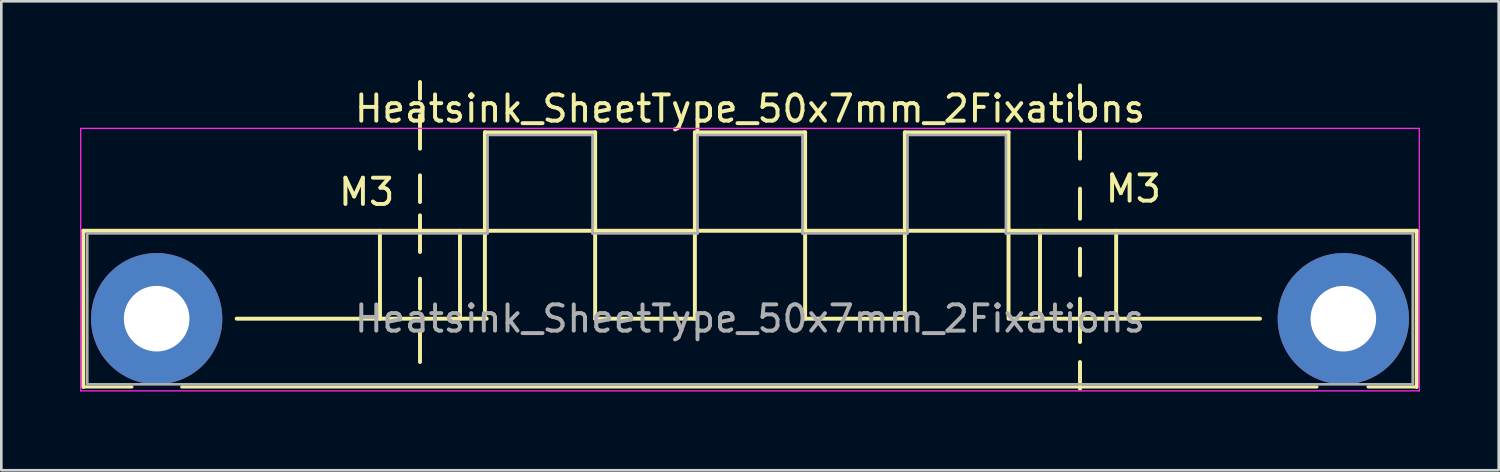
<source format=kicad_pcb>
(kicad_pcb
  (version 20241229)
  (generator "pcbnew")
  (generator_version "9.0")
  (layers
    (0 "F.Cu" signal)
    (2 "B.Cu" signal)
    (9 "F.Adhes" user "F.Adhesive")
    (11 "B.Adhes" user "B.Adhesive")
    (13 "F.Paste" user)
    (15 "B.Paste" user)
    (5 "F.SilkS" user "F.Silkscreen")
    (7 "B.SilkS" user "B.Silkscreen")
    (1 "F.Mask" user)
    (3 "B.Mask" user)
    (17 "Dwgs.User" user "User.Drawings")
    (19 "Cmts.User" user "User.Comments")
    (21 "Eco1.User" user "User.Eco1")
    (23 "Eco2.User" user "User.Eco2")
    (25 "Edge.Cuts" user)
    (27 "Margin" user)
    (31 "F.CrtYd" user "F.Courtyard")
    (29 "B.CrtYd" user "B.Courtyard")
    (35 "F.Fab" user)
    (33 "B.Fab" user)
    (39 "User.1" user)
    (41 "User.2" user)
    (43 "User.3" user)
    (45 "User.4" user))
  (footprint "Heatsink_SheetType_50x7mm_2Fixations"
    (layer "F.Cu")
    (at 25.525 9.092)
    (property "Reference" "Heatsink_SheetType_50x7mm_2Fixations" (at 0 -8 0) (layer "F.SilkS") (effects (font (size 1 1) (thickness 0.15))))
    (attr through_hole)
    (fp_line (start -25.4 -3.35) (end -25.4 2.6) (stroke (width 0.15) (type solid)) (layer "F.SilkS"))
    (fp_line (start -25.4 2.6) (end -23.55 2.6) (stroke (width 0.12) (type solid)) (layer "F.SilkS"))
    (fp_line (start -21.65 2.6) (end 21.6 2.6) (stroke (width 0.12) (type solid)) (layer "F.SilkS"))
    (fp_line (start -14.1 -3.35) (end -14.097 0) (stroke (width 0.15) (type solid)) (layer "F.SilkS"))
    (fp_line (start -12.573 -9.017) (end -12.573 -8.382) (stroke (width 0.15) (type solid)) (layer "F.SilkS"))
    (fp_line (start -12.573 -7.747) (end -12.573 -6.477) (stroke (width 0.15) (type solid)) (layer "F.SilkS"))
    (fp_line (start -12.573 -5.461) (end -12.573 -4.445) (stroke (width 0.15) (type solid)) (layer "F.SilkS"))
    (fp_line (start -12.573 -3.937) (end -12.573 -2.54) (stroke (width 0.15) (type solid)) (layer "F.SilkS"))
    (fp_line (start -12.573 -1.524) (end -12.573 -0.381) (stroke (width 0.15) (type solid)) (layer "F.SilkS"))
    (fp_line (start -12.573 0.508) (end -12.573 1.651) (stroke (width 0.15) (type solid)) (layer "F.SilkS"))
    (fp_line (start -11.05 -3.35) (end -11.049 0) (stroke (width 0.15) (type solid)) (layer "F.SilkS"))
    (fp_line (start -10.1 -7.1) (end -10.1 0) (stroke (width 0.15) (type solid)) (layer "F.SilkS"))
    (fp_line (start -10.033 0) (end -19.558 0) (stroke (width 0.15) (type solid)) (layer "F.SilkS"))
    (fp_line (start -5.9 -7.1) (end -10.1 -7.1) (stroke (width 0.15) (type solid)) (layer "F.SilkS"))
    (fp_line (start -5.9 -7.1) (end -5.9 0) (stroke (width 0.15) (type solid)) (layer "F.SilkS"))
    (fp_line (start -2.1 -7.1) (end -2.1 0) (stroke (width 0.15) (type solid)) (layer "F.SilkS"))
    (fp_line (start -2.1 0) (end -5.9 0) (stroke (width 0.15) (type solid)) (layer "F.SilkS"))
    (fp_line (start 2.1 -7.1) (end -2.1 -7.1) (stroke (width 0.15) (type solid)) (layer "F.SilkS"))
    (fp_line (start 2.1 -7.1) (end 2.1 0) (stroke (width 0.15) (type solid)) (layer "F.SilkS"))
    (fp_line (start 5.9 -7.1) (end 5.9 0) (stroke (width 0.15) (type solid)) (layer "F.SilkS"))
    (fp_line (start 5.9 0) (end 2.1 0) (stroke (width 0.15) (type solid)) (layer "F.SilkS"))
    (fp_line (start 9.85 -7.1) (end 5.9 -7.1) (stroke (width 0.15) (type solid)) (layer "F.SilkS"))
    (fp_line (start 9.85 -7.1) (end 9.85 0) (stroke (width 0.15) (type solid)) (layer "F.SilkS"))
    (fp_line (start 11.05 -3.35) (end 11.05 0) (stroke (width 0.15) (type solid)) (layer "F.SilkS"))
    (fp_line (start 12.573 -8.89) (end 12.573 -8.001) (stroke (width 0.15) (type solid)) (layer "F.SilkS"))
    (fp_line (start 12.573 -7.112) (end 12.573 -6.096) (stroke (width 0.15) (type solid)) (layer "F.SilkS"))
    (fp_line (start 12.573 -4.953) (end 12.573 -3.81) (stroke (width 0.15) (type solid)) (layer "F.SilkS"))
    (fp_line (start 12.573 -2.667) (end 12.573 -1.651) (stroke (width 0.15) (type solid)) (layer "F.SilkS"))
    (fp_line (start 12.573 -0.762) (end 12.573 0.889) (stroke (width 0.15) (type solid)) (layer "F.SilkS"))
    (fp_line (start 12.573 1.651) (end 12.573 2.667) (stroke (width 0.15) (type solid)) (layer "F.SilkS"))
    (fp_line (start 13.95 -3.35) (end 13.95 0) (stroke (width 0.15) (type solid)) (layer "F.SilkS"))
    (fp_line (start 13.97 0) (end 9.906 0) (stroke (width 0.15) (type solid)) (layer "F.SilkS"))
    (fp_line (start 13.97 0) (end 19.431 0) (stroke (width 0.15) (type solid)) (layer "F.SilkS"))
    (fp_line (start 25.4 -3.35) (end -25.4 -3.35) (stroke (width 0.15) (type solid)) (layer "F.SilkS"))
    (fp_line (start 25.4 2.6) (end 23.55 2.6) (stroke (width 0.12) (type solid)) (layer "F.SilkS"))
    (fp_line (start 25.4 2.6) (end 25.4 -3.35) (stroke (width 0.15) (type solid)) (layer "F.SilkS"))
    (fp_line (start -25.5 -7.25) (end -25.5 2.75) (stroke (width 0.05) (type solid)) (layer "F.CrtYd"))
    (fp_line (start -25.5 -7.25) (end 25.5 -7.25) (stroke (width 0.05) (type solid)) (layer "F.CrtYd"))
    (fp_line (start 25.5 2.75) (end -25.5 2.75) (stroke (width 0.05) (type solid)) (layer "F.CrtYd"))
    (fp_line (start 25.5 2.75) (end 25.5 -7.25) (stroke (width 0.05) (type solid)) (layer "F.CrtYd"))
    (fp_line (start -25.25 -3.25) (end -25.25 2.5) (stroke (width 0.1) (type solid)) (layer "F.Fab"))
    (fp_line (start -25.25 2.5) (end 25.25 2.5) (stroke (width 0.1) (type solid)) (layer "F.Fab"))
    (fp_line (start -10 -7) (end -10 -3.25) (stroke (width 0.1) (type solid)) (layer "F.Fab"))
    (fp_line (start -10 -3.25) (end -25.25 -3.25) (stroke (width 0.1) (type solid)) (layer "F.Fab"))
    (fp_line (start -6 -7) (end -10 -7) (stroke (width 0.1) (type solid)) (layer "F.Fab"))
    (fp_line (start -6 -3.25) (end -6 -7) (stroke (width 0.1) (type solid)) (layer "F.Fab"))
    (fp_line (start -2 -7) (end -2 -3.25) (stroke (width 0.1) (type solid)) (layer "F.Fab"))
    (fp_line (start -2 -3.25) (end -6 -3.25) (stroke (width 0.1) (type solid)) (layer "F.Fab"))
    (fp_line (start 2 -7) (end -2 -7) (stroke (width 0.1) (type solid)) (layer "F.Fab"))
    (fp_line (start 2 -6.75) (end 2 -7) (stroke (width 0.1) (type solid)) (layer "F.Fab"))
    (fp_line (start 2 -3.25) (end 2 -6.75) (stroke (width 0.1) (type solid)) (layer "F.Fab"))
    (fp_line (start 6 -7) (end 6 -3.25) (stroke (width 0.1) (type solid)) (layer "F.Fab"))
    (fp_line (start 6 -3.25) (end 2 -3.25) (stroke (width 0.1) (type solid)) (layer "F.Fab"))
    (fp_line (start 9.75 -7) (end 6 -7) (stroke (width 0.1) (type solid)) (layer "F.Fab"))
    (fp_line (start 9.75 -3.25) (end 9.75 -7) (stroke (width 0.1) (type solid)) (layer "F.Fab"))
    (fp_line (start 25.25 -3.25) (end 9.75 -3.25) (stroke (width 0.1) (type solid)) (layer "F.Fab"))
    (fp_line (start 25.25 2.5) (end 25.25 -3.25) (stroke (width 0.1) (type solid)) (layer "F.Fab"))
    (fp_text user "M3" (at 14.605 -4.953 0) (layer "F.SilkS") (effects (font (size 1 1) (thickness 0.15))))
    (fp_text user "M3" (at -14.605 -4.826 0) (layer "F.SilkS") (effects (font (size 1 1) (thickness 0.15))))
    (fp_text user "${REFERENCE}" (at 0 0 0) (layer "F.Fab") (effects (font (size 1 1) (thickness 0.15))))
    (pad "1" thru_hole circle (at -22.606 0) (size 5.001 5.001) (drill 2.499) (layers "*.Cu" "*.Mask"))
    (pad "1" thru_hole circle (at 22.606 0) (size 5.001 5.001) (drill 2.499) (layers "*.Cu" "*.Mask")))
  (gr_rect
    (start -3 -3)
    (end 54.05 14.867)
    (stroke (width 0.1) (type default))
    (fill no)
    (layer "Edge.Cuts")))
</source>
